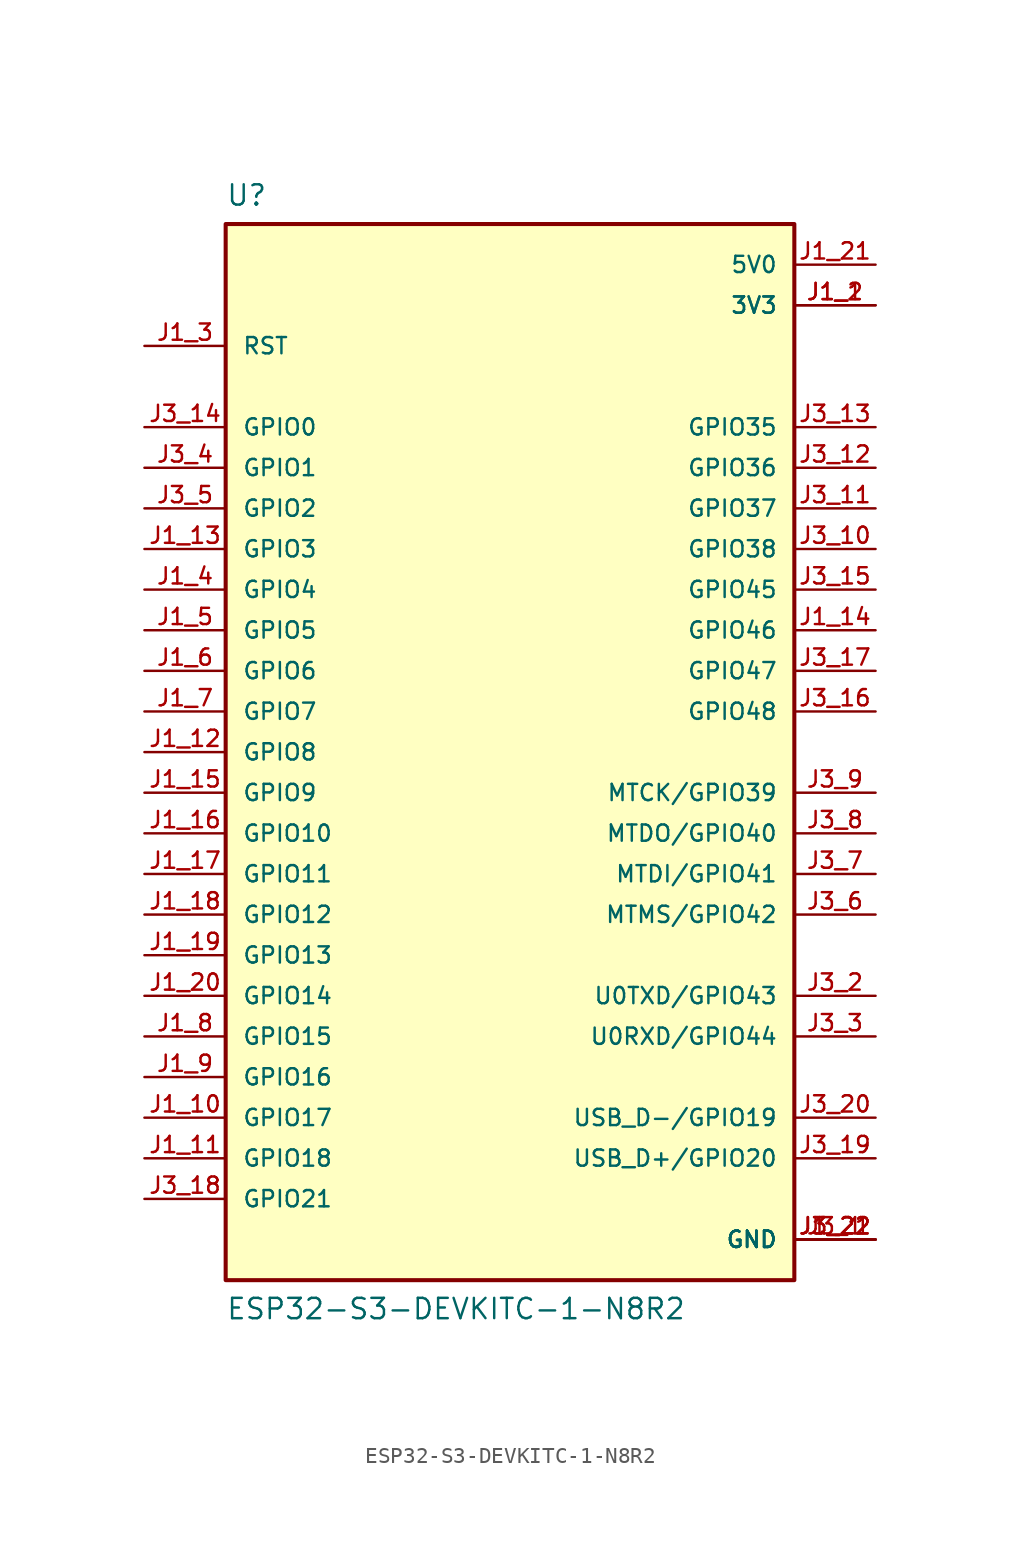
<source format=kicad_sym>
(kicad_symbol_lib
  (version 20211014)
  (generator kicad_symbol_editor)
  (symbol "ESP32-S3-DEVKITC-1-N8R2"
    (pin_names
      (offset 1.016))
    (property "Reference" "U"
      (at -17.78 35.56 0)
      (effects (font (size 1.27 1.27)) (justify top left)))
    (property "Value" "ESP32-S3-DEVKITC-1-N8R2"
      (at -17.78 -35.56 0)
      (effects (font (size 1.27 1.27)) (justify bottom left)))
    (symbol "ESP32-S3-DEVKITC-1-N8R2_0_0"
      (rectangle (start -17.78 -33.02) (end 17.78 33.02) (stroke (width 0.254)) (fill (type background)))
      (pin power_in line (at 22.86 27.94 180.0) (length 5.08) (name "3V3" (effects (font (size 1.016 1.016)))) (number "J1_1" (effects (font (size 1.016 1.016)))))
      (pin power_in line (at 22.86 27.94 180.0) (length 5.08) (name "3V3" (effects (font (size 1.016 1.016)))) (number "J1_2" (effects (font (size 1.016 1.016)))))
      (pin input line (at -22.86 25.4 0) (length 5.08) (name "RST" (effects (font (size 1.016 1.016)))) (number "J1_3" (effects (font (size 1.016 1.016)))))
      (pin bidirectional line (at -22.86 17.78 0) (length 5.08) (name "GPIO1" (effects (font (size 1.016 1.016)))) (number "J3_4" (effects (font (size 1.016 1.016)))))
      (pin bidirectional line (at -22.86 15.24 0) (length 5.08) (name "GPIO2" (effects (font (size 1.016 1.016)))) (number "J3_5" (effects (font (size 1.016 1.016)))))
      (pin bidirectional line (at -22.86 10.16 0) (length 5.08) (name "GPIO4" (effects (font (size 1.016 1.016)))) (number "J1_4" (effects (font (size 1.016 1.016)))))
      (pin bidirectional line (at -22.86 12.7 0) (length 5.08) (name "GPIO3" (effects (font (size 1.016 1.016)))) (number "J1_13" (effects (font (size 1.016 1.016)))))
      (pin bidirectional line (at -22.86 7.62 0) (length 5.08) (name "GPIO5" (effects (font (size 1.016 1.016)))) (number "J1_5" (effects (font (size 1.016 1.016)))))
      (pin bidirectional line (at -22.86 5.08 0) (length 5.08) (name "GPIO6" (effects (font (size 1.016 1.016)))) (number "J1_6" (effects (font (size 1.016 1.016)))))
      (pin bidirectional line (at -22.86 2.54 0) (length 5.08) (name "GPIO7" (effects (font (size 1.016 1.016)))) (number "J1_7" (effects (font (size 1.016 1.016)))))
      (pin bidirectional line (at -22.86 0.0 0) (length 5.08) (name "GPIO8" (effects (font (size 1.016 1.016)))) (number "J1_12" (effects (font (size 1.016 1.016)))))
      (pin bidirectional line (at -22.86 -2.54 0) (length 5.08) (name "GPIO9" (effects (font (size 1.016 1.016)))) (number "J1_15" (effects (font (size 1.016 1.016)))))
      (pin bidirectional line (at -22.86 -5.08 0) (length 5.08) (name "GPIO10" (effects (font (size 1.016 1.016)))) (number "J1_16" (effects (font (size 1.016 1.016)))))
      (pin bidirectional line (at -22.86 -7.62 0) (length 5.08) (name "GPIO11" (effects (font (size 1.016 1.016)))) (number "J1_17" (effects (font (size 1.016 1.016)))))
      (pin bidirectional line (at -22.86 -10.16 0) (length 5.08) (name "GPIO12" (effects (font (size 1.016 1.016)))) (number "J1_18" (effects (font (size 1.016 1.016)))))
      (pin bidirectional line (at -22.86 -12.7 0) (length 5.08) (name "GPIO13" (effects (font (size 1.016 1.016)))) (number "J1_19" (effects (font (size 1.016 1.016)))))
      (pin bidirectional line (at -22.86 -15.24 0) (length 5.08) (name "GPIO14" (effects (font (size 1.016 1.016)))) (number "J1_20" (effects (font (size 1.016 1.016)))))
      (pin bidirectional line (at -22.86 -17.78 0) (length 5.08) (name "GPIO15" (effects (font (size 1.016 1.016)))) (number "J1_8" (effects (font (size 1.016 1.016)))))
      (pin bidirectional line (at -22.86 -20.32 0) (length 5.08) (name "GPIO16" (effects (font (size 1.016 1.016)))) (number "J1_9" (effects (font (size 1.016 1.016)))))
      (pin bidirectional line (at -22.86 -22.86 0) (length 5.08) (name "GPIO17" (effects (font (size 1.016 1.016)))) (number "J1_10" (effects (font (size 1.016 1.016)))))
      (pin bidirectional line (at -22.86 -25.4 0) (length 5.08) (name "GPIO18" (effects (font (size 1.016 1.016)))) (number "J1_11" (effects (font (size 1.016 1.016)))))
      (pin bidirectional line (at -22.86 20.32 0) (length 5.08) (name "GPIO0" (effects (font (size 1.016 1.016)))) (number "J3_14" (effects (font (size 1.016 1.016)))))
      (pin power_in line (at 22.86 -30.48 180.0) (length 5.08) (name "GND" (effects (font (size 1.016 1.016)))) (number "J1_22" (effects (font (size 1.016 1.016)))))
      (pin power_in line (at 22.86 -30.48 180.0) (length 5.08) (name "GND" (effects (font (size 1.016 1.016)))) (number "J3_1" (effects (font (size 1.016 1.016)))))
      (pin power_in line (at 22.86 -30.48 180.0) (length 5.08) (name "GND" (effects (font (size 1.016 1.016)))) (number "J3_21" (effects (font (size 1.016 1.016)))))
      (pin power_in line (at 22.86 -30.48 180.0) (length 5.08) (name "GND" (effects (font (size 1.016 1.016)))) (number "J3_22" (effects (font (size 1.016 1.016)))))
      (pin power_in line (at 22.86 30.48 180.0) (length 5.08) (name "5V0" (effects (font (size 1.016 1.016)))) (number "J1_21" (effects (font (size 1.016 1.016)))))
      (pin bidirectional line (at 22.86 2.54 180.0) (length 5.08) (name "GPIO48" (effects (font (size 1.016 1.016)))) (number "J3_16" (effects (font (size 1.016 1.016)))))
      (pin bidirectional line (at 22.86 5.08 180.0) (length 5.08) (name "GPIO47" (effects (font (size 1.016 1.016)))) (number "J3_17" (effects (font (size 1.016 1.016)))))
      (pin bidirectional line (at 22.86 7.62 180.0) (length 5.08) (name "GPIO46" (effects (font (size 1.016 1.016)))) (number "J1_14" (effects (font (size 1.016 1.016)))))
      (pin bidirectional line (at 22.86 10.16 180.0) (length 5.08) (name "GPIO45" (effects (font (size 1.016 1.016)))) (number "J3_15" (effects (font (size 1.016 1.016)))))
      (pin bidirectional line (at -22.86 -27.94 0) (length 5.08) (name "GPIO21" (effects (font (size 1.016 1.016)))) (number "J3_18" (effects (font (size 1.016 1.016)))))
      (pin bidirectional line (at 22.86 -25.4 180.0) (length 5.08) (name "USB_D+/GPIO20" (effects (font (size 1.016 1.016)))) (number "J3_19" (effects (font (size 1.016 1.016)))))
      (pin bidirectional line (at 22.86 -22.86 180.0) (length 5.08) (name "USB_D-/GPIO19" (effects (font (size 1.016 1.016)))) (number "J3_20" (effects (font (size 1.016 1.016)))))
      (pin bidirectional line (at 22.86 -17.78 180.0) (length 5.08) (name "U0RXD/GPIO44" (effects (font (size 1.016 1.016)))) (number "J3_3" (effects (font (size 1.016 1.016)))))
      (pin bidirectional line (at 22.86 -15.24 180.0) (length 5.08) (name "U0TXD/GPIO43" (effects (font (size 1.016 1.016)))) (number "J3_2" (effects (font (size 1.016 1.016)))))
      (pin bidirectional line (at 22.86 -10.16 180.0) (length 5.08) (name "MTMS/GPIO42" (effects (font (size 1.016 1.016)))) (number "J3_6" (effects (font (size 1.016 1.016)))))
      (pin bidirectional line (at 22.86 -7.62 180.0) (length 5.08) (name "MTDI/GPIO41" (effects (font (size 1.016 1.016)))) (number "J3_7" (effects (font (size 1.016 1.016)))))
      (pin bidirectional line (at 22.86 -5.08 180.0) (length 5.08) (name "MTDO/GPIO40" (effects (font (size 1.016 1.016)))) (number "J3_8" (effects (font (size 1.016 1.016)))))
      (pin bidirectional line (at 22.86 -2.54 180.0) (length 5.08) (name "MTCK/GPIO39" (effects (font (size 1.016 1.016)))) (number "J3_9" (effects (font (size 1.016 1.016)))))
      (pin bidirectional line (at 22.86 12.7 180.0) (length 5.08) (name "GPIO38" (effects (font (size 1.016 1.016)))) (number "J3_10" (effects (font (size 1.016 1.016)))))
      (pin bidirectional line (at 22.86 15.24 180.0) (length 5.08) (name "GPIO37" (effects (font (size 1.016 1.016)))) (number "J3_11" (effects (font (size 1.016 1.016)))))
      (pin bidirectional line (at 22.86 17.78 180.0) (length 5.08) (name "GPIO36" (effects (font (size 1.016 1.016)))) (number "J3_12" (effects (font (size 1.016 1.016)))))
      (pin bidirectional line (at 22.86 20.32 180.0) (length 5.08) (name "GPIO35" (effects (font (size 1.016 1.016)))) (number "J3_13" (effects (font (size 1.016 1.016))))))))
</source>
